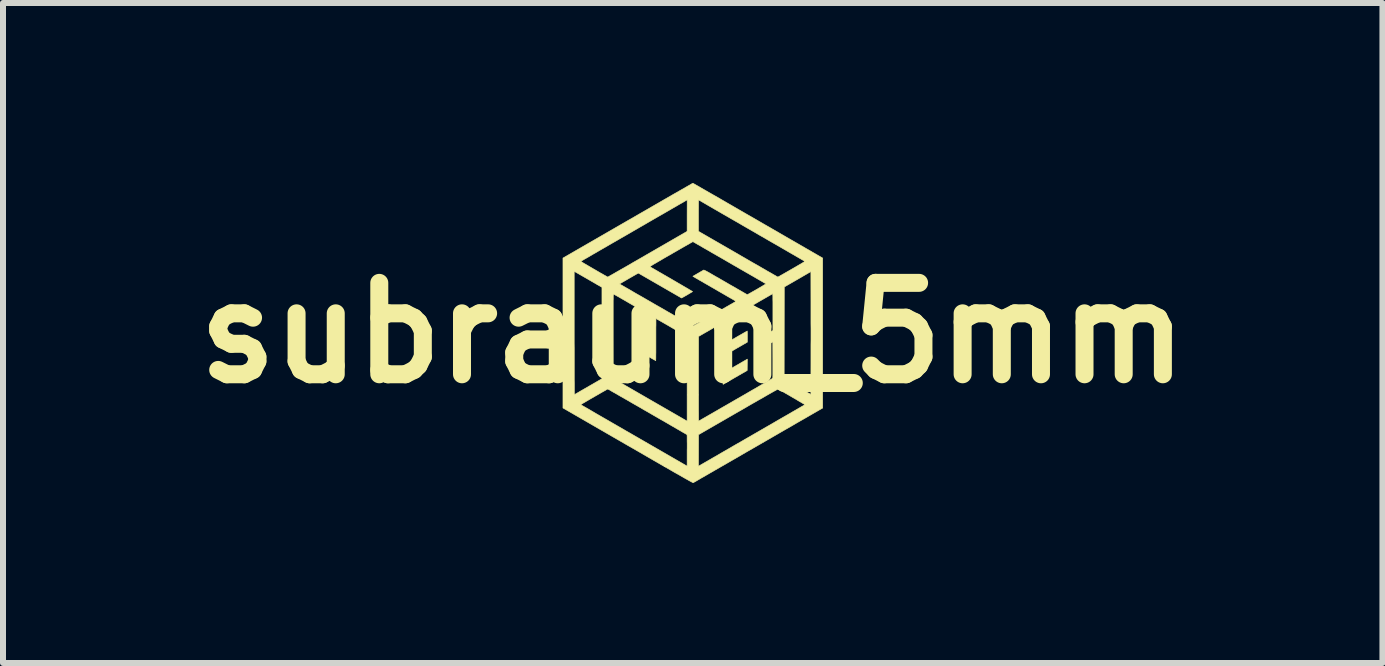
<source format=kicad_pcb>
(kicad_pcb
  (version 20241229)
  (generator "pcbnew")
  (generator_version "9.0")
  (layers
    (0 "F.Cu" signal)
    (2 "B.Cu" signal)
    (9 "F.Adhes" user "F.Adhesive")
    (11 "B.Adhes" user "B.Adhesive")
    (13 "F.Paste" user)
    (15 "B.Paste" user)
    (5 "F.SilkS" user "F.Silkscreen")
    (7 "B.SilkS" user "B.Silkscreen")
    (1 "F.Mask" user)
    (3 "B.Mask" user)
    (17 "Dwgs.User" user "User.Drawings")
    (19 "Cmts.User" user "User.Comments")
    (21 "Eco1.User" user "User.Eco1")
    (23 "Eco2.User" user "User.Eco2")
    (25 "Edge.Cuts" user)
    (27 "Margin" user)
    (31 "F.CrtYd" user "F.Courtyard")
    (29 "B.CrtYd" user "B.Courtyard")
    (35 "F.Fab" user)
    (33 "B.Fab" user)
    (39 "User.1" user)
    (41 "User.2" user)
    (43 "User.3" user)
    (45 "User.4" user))
  (footprint "subraum_5mm"
    (layer "F.Cu")
    (at 8.498 2.5)
    (property "Reference" "subraum_5mm" (at 0 0 0) (layer "F.SilkS") (effects (font (size 1.524 1.524) (thickness 0.3))))
    (attr through_hole)
    (fp_poly (pts (xy 0.909 -0.028) (xy 0.909 -0.019) (xy 0.91 -0.004) (xy 0.91 0.015) (xy 0.91 0.037) (xy 0.91 0.061) (xy 0.91 0.154) (xy 0.715 0.266) (xy 0.681 0.286) (xy 0.649 0.305) (xy 0.618 0.322) (xy 0.591 0.338) (xy 0.566 0.352) (xy 0.546 0.364) (xy 0.53 0.374) (xy 0.519 0.38) (xy 0.513 0.384) (xy 0.512 0.384) (xy 0.504 0.389) (xy 0.506 0.2) (xy 0.707 0.084) (xy 0.741 0.064) (xy 0.774 0.045) (xy 0.804 0.028) (xy 0.832 0.012) (xy 0.856 -0.002) (xy 0.876 -0.013) (xy 0.892 -0.022) (xy 0.903 -0.028) (xy 0.908 -0.031) (xy 0.909 -0.032) (xy 0.909 -0.028)) (stroke (width 0.01) (type solid)) (fill yes) (layer "F.SilkS"))
    (fp_poly (pts (xy 0.909 0.531) (xy 0.908 0.626) (xy 0.708 0.741) (xy 0.674 0.761) (xy 0.641 0.78) (xy 0.611 0.798) (xy 0.583 0.813) (xy 0.559 0.827) (xy 0.539 0.839) (xy 0.523 0.848) (xy 0.512 0.854) (xy 0.507 0.857) (xy 0.506 0.857) (xy 0.506 0.854) (xy 0.505 0.844) (xy 0.505 0.83) (xy 0.505 0.811) (xy 0.505 0.788) (xy 0.504 0.764) (xy 0.504 0.672) (xy 0.699 0.559) (xy 0.734 0.539) (xy 0.766 0.521) (xy 0.796 0.503) (xy 0.824 0.487) (xy 0.848 0.473) (xy 0.869 0.461) (xy 0.885 0.452) (xy 0.896 0.445) (xy 0.902 0.442) (xy 0.902 0.442) (xy 0.91 0.437) (xy 0.909 0.531)) (stroke (width 0.01) (type solid)) (fill yes) (layer "F.SilkS"))
    (fp_poly (pts (xy 0.006 -2.494) (xy 0.015 -2.488) (xy 0.03 -2.48) (xy 0.049 -2.469) (xy 0.074 -2.455) (xy 0.104 -2.438) (xy 0.138 -2.418) (xy 0.176 -2.396) (xy 0.218 -2.372) (xy 0.263 -2.346) (xy 0.312 -2.318) (xy 0.363 -2.289) (xy 0.418 -2.258) (xy 0.474 -2.225) (xy 0.533 -2.191) (xy 0.593 -2.156) (xy 0.628 -2.136) (xy 0.737 -2.073) (xy 0.839 -2.014) (xy 0.936 -1.958) (xy 1.027 -1.906) (xy 1.113 -1.856) (xy 1.194 -1.809) (xy 1.271 -1.765) (xy 1.342 -1.724) (xy 1.41 -1.685) (xy 1.473 -1.648) (xy 1.532 -1.614) (xy 1.587 -1.582) (xy 1.639 -1.552) (xy 1.688 -1.524) (xy 1.733 -1.498) (xy 1.776 -1.473) (xy 1.816 -1.45) (xy 1.853 -1.429) (xy 1.888 -1.408) (xy 1.922 -1.389) (xy 1.953 -1.371) (xy 1.983 -1.354) (xy 1.989 -1.35) (xy 2.166 -1.248) (xy 2.166 1.252) (xy 1.989 1.354) (xy 1.956 1.373) (xy 1.918 1.395) (xy 1.877 1.419) (xy 1.831 1.445) (xy 1.784 1.472) (xy 1.735 1.5) (xy 1.686 1.529) (xy 1.638 1.557) (xy 1.591 1.584) (xy 1.552 1.606) (xy 1.431 1.676) (xy 1.317 1.742) (xy 1.208 1.805) (xy 1.104 1.865) (xy 1.007 1.921) (xy 0.914 1.974) (xy 0.828 2.024) (xy 0.746 2.072) (xy 0.669 2.116) (xy 0.598 2.157) (xy 0.531 2.196) (xy 0.469 2.231) (xy 0.411 2.265) (xy 0.358 2.295) (xy 0.31 2.323) (xy 0.265 2.349) (xy 0.225 2.372) (xy 0.188 2.394) (xy 0.155 2.412) (xy 0.126 2.429) (xy 0.101 2.444) (xy 0.078 2.457) (xy 0.06 2.468) (xy 0.044 2.477) (xy 0.031 2.484) (xy 0.022 2.489) (xy 0.015 2.493) (xy 0.01 2.496) (xy 0.009 2.497) (xy 0.007 2.497) (xy 0.005 2.496) (xy 0.001 2.495) (xy -0.004 2.492) (xy -0.012 2.488) (xy -0.021 2.483) (xy -0.032 2.477) (xy -0.046 2.47) (xy -0.062 2.461) (xy -0.081 2.45) (xy -0.103 2.438) (xy -0.128 2.424) (xy -0.156 2.408) (xy -0.187 2.39) (xy -0.222 2.37) (xy -0.261 2.348) (xy -0.304 2.324) (xy -0.351 2.297) (xy -0.402 2.267) (xy -0.458 2.235) (xy -0.479 2.223) (xy 0.095 2.223) (xy 0.107 2.216) (xy 0.111 2.214) (xy 0.121 2.208) (xy 0.136 2.199) (xy 0.157 2.187) (xy 0.183 2.172) (xy 0.214 2.154) (xy 0.249 2.134) (xy 0.289 2.111) (xy 0.333 2.085) (xy 0.381 2.058) (xy 0.432 2.028) (xy 0.487 1.996) (xy 0.546 1.962) (xy 0.607 1.927) (xy 0.67 1.89) (xy 0.736 1.852) (xy 0.805 1.813) (xy 0.875 1.772) (xy 0.947 1.731) (xy 0.993 1.704) (xy 1.066 1.662) (xy 1.137 1.621) (xy 1.206 1.581) (xy 1.274 1.542) (xy 1.338 1.505) (xy 1.401 1.468) (xy 1.46 1.434) (xy 1.517 1.401) (xy 1.57 1.371) (xy 1.62 1.342) (xy 1.666 1.315) (xy 1.708 1.291) (xy 1.746 1.269) (xy 1.779 1.25) (xy 1.807 1.233) (xy 1.831 1.22) (xy 1.849 1.209) (xy 1.862 1.202) (xy 1.869 1.197) (xy 1.87 1.197) (xy 1.868 1.195) (xy 1.86 1.189) (xy 1.846 1.181) (xy 1.829 1.171) (xy 1.808 1.158) (xy 1.783 1.144) (xy 1.756 1.128) (xy 1.727 1.11) (xy 1.696 1.092) (xy 1.664 1.074) (xy 1.632 1.055) (xy 1.601 1.037) (xy 1.57 1.019) (xy 1.54 1.002) (xy 1.513 0.986) (xy 1.488 0.972) (xy 1.466 0.96) (xy 1.448 0.95) (xy 1.434 0.942) (xy 1.425 0.937) (xy 1.422 0.936) (xy 1.419 0.938) (xy 1.409 0.943) (xy 1.394 0.951) (xy 1.374 0.962) (xy 1.348 0.976) (xy 1.318 0.993) (xy 1.283 1.013) (xy 1.244 1.035) (xy 1.201 1.06) (xy 1.155 1.087) (xy 1.104 1.115) (xy 1.051 1.146) (xy 0.994 1.178) (xy 0.935 1.212) (xy 0.874 1.248) (xy 0.81 1.285) (xy 0.757 1.315) (xy 0.097 1.696) (xy 0.096 1.96) (xy 0.095 2.223) (xy -0.479 2.223) (xy -0.518 2.201) (xy -0.583 2.163) (xy -0.653 2.123) (xy -0.729 2.079) (xy -0.81 2.032) (xy -0.896 1.982) (xy -0.988 1.929) (xy -1.081 1.876) (xy -2.163 1.251) (xy -2.163 1.196) (xy -1.867 1.196) (xy -1.864 1.198) (xy -1.855 1.203) (xy -1.841 1.212) (xy -1.821 1.223) (xy -1.795 1.238) (xy -1.765 1.255) (xy -1.73 1.275) (xy -1.691 1.298) (xy -1.648 1.323) (xy -1.601 1.351) (xy -1.55 1.38) (xy -1.495 1.412) (xy -1.437 1.445) (xy -1.377 1.48) (xy -1.313 1.517) (xy -1.247 1.555) (xy -1.179 1.594) (xy -1.109 1.635) (xy -1.037 1.676) (xy -0.98 1.709) (xy -0.093 2.221) (xy -0.093 1.96) (xy -0.092 1.918) (xy -0.092 1.877) (xy -0.092 1.84) (xy -0.093 1.805) (xy -0.093 1.775) (xy -0.093 1.748) (xy -0.093 1.727) (xy -0.094 1.71) (xy -0.094 1.7) (xy -0.094 1.696) (xy -0.098 1.694) (xy -0.107 1.689) (xy -0.122 1.68) (xy -0.141 1.669) (xy -0.166 1.655) (xy -0.195 1.638) (xy -0.227 1.619) (xy -0.264 1.598) (xy -0.304 1.574) (xy -0.347 1.55) (xy -0.393 1.523) (xy -0.441 1.495) (xy -0.491 1.466) (xy -0.543 1.437) (xy -0.596 1.406) (xy -0.65 1.375) (xy -0.705 1.343) (xy -0.76 1.311) (xy -0.815 1.28) (xy -0.869 1.248) (xy -0.923 1.217) (xy -0.976 1.187) (xy -1.028 1.157) (xy -1.077 1.128) (xy -1.125 1.101) (xy -1.17 1.075) (xy -1.213 1.051) (xy -1.252 1.028) (xy -1.288 1.007) (xy -1.321 0.989) (xy -1.349 0.973) (xy -1.372 0.959) (xy -1.391 0.948) (xy -1.405 0.941) (xy -1.413 0.936) (xy -1.416 0.935) (xy -1.419 0.937) (xy -1.429 0.941) (xy -1.443 0.949) (xy -1.461 0.96) (xy -1.483 0.972) (xy -1.508 0.986) (xy -1.536 1.002) (xy -1.565 1.019) (xy -1.596 1.037) (xy -1.628 1.055) (xy -1.66 1.074) (xy -1.692 1.092) (xy -1.723 1.11) (xy -1.752 1.127) (xy -1.78 1.143) (xy -1.804 1.158) (xy -1.826 1.17) (xy -1.843 1.181) (xy -1.857 1.189) (xy -1.865 1.194) (xy -1.867 1.196) (xy -2.163 1.196) (xy -2.163 0.002) (xy -1.976 0.002) (xy -1.976 0.087) (xy -1.976 0.169) (xy -1.975 0.25) (xy -1.975 0.328) (xy -1.975 0.404) (xy -1.975 0.477) (xy -1.975 0.546) (xy -1.975 0.612) (xy -1.975 0.674) (xy -1.975 0.732) (xy -1.975 0.786) (xy -1.974 0.835) (xy -1.974 0.879) (xy -1.974 0.919) (xy -1.974 0.952) (xy -1.974 0.98) (xy -1.974 1.002) (xy -1.973 1.018) (xy -1.973 1.027) (xy -1.973 1.029) (xy -1.969 1.027) (xy -1.96 1.022) (xy -1.946 1.014) (xy -1.927 1.003) (xy -1.904 0.99) (xy -1.878 0.974) (xy -1.848 0.957) (xy -1.815 0.938) (xy -1.78 0.918) (xy -1.743 0.897) (xy -1.742 0.896) (xy -1.513 0.764) (xy -1.513 -0.359) (xy -1.326 -0.359) (xy -1.326 -0.309) (xy -1.326 -0.253) (xy -1.326 -0.191) (xy -1.326 -0.122) (xy -1.326 -0.048) (xy -1.326 0.033) (xy -1.326 0.055) (xy -1.325 0.76) (xy -0.709 1.116) (xy -0.093 1.471) (xy -0.093 0.97) (xy 0.096 0.97) (xy 0.096 1.033) (xy 0.096 1.094) (xy 0.096 1.151) (xy 0.096 1.205) (xy 0.096 1.254) (xy 0.096 1.3) (xy 0.097 1.34) (xy 0.097 1.376) (xy 0.097 1.407) (xy 0.097 1.432) (xy 0.098 1.451) (xy 0.098 1.464) (xy 0.098 1.47) (xy 0.098 1.47) (xy 0.102 1.469) (xy 0.111 1.463) (xy 0.125 1.455) (xy 0.145 1.444) (xy 0.17 1.429) (xy 0.2 1.412) (xy 0.233 1.393) (xy 0.271 1.371) (xy 0.313 1.347) (xy 0.358 1.321) (xy 0.407 1.293) (xy 0.458 1.263) (xy 0.512 1.232) (xy 0.568 1.2) (xy 0.627 1.166) (xy 0.687 1.131) (xy 0.715 1.115) (xy 0.776 1.08) (xy 0.835 1.046) (xy 0.892 1.013) (xy 0.947 0.981) (xy 1 0.95) (xy 1.05 0.922) (xy 1.097 0.894) (xy 1.14 0.869) (xy 1.18 0.846) (xy 1.216 0.825) (xy 1.247 0.807) (xy 1.274 0.791) (xy 1.297 0.778) (xy 1.314 0.768) (xy 1.314 0.768) (xy 1.524 0.768) (xy 1.747 0.897) (xy 1.97 1.026) (xy 1.971 0.515) (xy 1.971 0.444) (xy 1.971 0.366) (xy 1.971 0.284) (xy 1.971 0.198) (xy 1.972 0.11) (xy 1.972 0.02) (xy 1.972 -0.07) (xy 1.971 -0.159) (xy 1.971 -0.246) (xy 1.971 -0.33) (xy 1.971 -0.409) (xy 1.971 -0.484) (xy 1.971 -0.509) (xy 1.97 -1.023) (xy 1.748 -0.894) (xy 1.526 -0.766) (xy 1.524 0.768) (xy 1.314 0.768) (xy 1.326 0.761) (xy 1.332 0.757) (xy 1.333 0.757) (xy 1.333 0.755) (xy 1.334 0.75) (xy 1.335 0.742) (xy 1.335 0.73) (xy 1.336 0.714) (xy 1.336 0.694) (xy 1.336 0.67) (xy 1.336 0.64) (xy 1.336 0.604) (xy 1.336 0.563) (xy 1.336 0.516) (xy 1.336 0.462) (xy 1.336 0.451) (xy 1.335 0.148) (xy 1.3 0.169) (xy 1.283 0.178) (xy 1.267 0.188) (xy 1.252 0.196) (xy 1.244 0.201) (xy 1.224 0.212) (xy 1.224 0.025) (xy 1.281 -0.007) (xy 1.337 -0.04) (xy 1.337 -0.348) (xy 1.337 -0.394) (xy 1.337 -0.438) (xy 1.337 -0.479) (xy 1.337 -0.517) (xy 1.336 -0.552) (xy 1.336 -0.582) (xy 1.336 -0.608) (xy 1.335 -0.629) (xy 1.335 -0.644) (xy 1.335 -0.653) (xy 1.334 -0.655) (xy 1.331 -0.653) (xy 1.322 -0.648) (xy 1.307 -0.639) (xy 1.288 -0.628) (xy 1.263 -0.614) (xy 1.234 -0.597) (xy 1.201 -0.578) (xy 1.163 -0.556) (xy 1.122 -0.533) (xy 1.078 -0.507) (xy 1.031 -0.48) (xy 0.981 -0.451) (xy 0.929 -0.421) (xy 0.875 -0.39) (xy 0.819 -0.358) (xy 0.804 -0.349) (xy 0.746 -0.316) (xy 0.689 -0.283) (xy 0.633 -0.25) (xy 0.579 -0.219) (xy 0.526 -0.188) (xy 0.475 -0.159) (xy 0.428 -0.132) (xy 0.383 -0.106) (xy 0.341 -0.082) (xy 0.304 -0.06) (xy 0.271 -0.041) (xy 0.242 -0.024) (xy 0.218 -0.011) (xy 0.199 0.000088) (xy 0.187 0.007) (xy 0.097 0.059) (xy 0.096 0.765) (xy 0.096 0.836) (xy 0.096 0.904) (xy 0.096 0.97) (xy -0.093 0.97) (xy -0.093 0.767) (xy -0.093 0.697) (xy -0.092 0.628) (xy -0.092 0.563) (xy -0.092 0.499) (xy -0.092 0.439) (xy -0.093 0.382) (xy -0.093 0.328) (xy -0.093 0.278) (xy -0.093 0.232) (xy -0.093 0.191) (xy -0.093 0.155) (xy -0.093 0.125) (xy -0.094 0.099) (xy -0.094 0.08) (xy -0.094 0.067) (xy -0.094 0.06) (xy -0.094 0.059) (xy -0.098 0.057) (xy -0.107 0.052) (xy -0.121 0.044) (xy -0.139 0.033) (xy -0.161 0.02) (xy -0.187 0.005) (xy -0.215 -0.011) (xy -0.246 -0.029) (xy -0.279 -0.048) (xy -0.312 -0.067) (xy -0.347 -0.087) (xy -0.381 -0.107) (xy -0.415 -0.127) (xy -0.448 -0.146) (xy -0.48 -0.164) (xy -0.509 -0.181) (xy -0.536 -0.196) (xy -0.56 -0.21) (xy -0.58 -0.221) (xy -0.595 -0.23) (xy -0.606 -0.237) (xy -0.612 -0.24) (xy -0.613 -0.24) (xy -0.613 -0.236) (xy -0.613 -0.226) (xy -0.613 -0.21) (xy -0.613 -0.188) (xy -0.613 -0.162) (xy -0.613 -0.13) (xy -0.614 -0.094) (xy -0.614 -0.055) (xy -0.614 -0.012) (xy -0.614 0.034) (xy -0.614 0.082) (xy -0.614 0.111) (xy -0.614 0.16) (xy -0.614 0.207) (xy -0.614 0.252) (xy -0.614 0.293) (xy -0.614 0.331) (xy -0.615 0.366) (xy -0.615 0.395) (xy -0.615 0.42) (xy -0.616 0.44) (xy -0.616 0.453) (xy -0.616 0.461) (xy -0.616 0.462) (xy -0.62 0.46) (xy -0.629 0.455) (xy -0.642 0.448) (xy -0.66 0.438) (xy -0.68 0.427) (xy -0.702 0.414) (xy -0.709 0.41) (xy -0.799 0.358) (xy -0.803 -0.35) (xy -1.058 -0.498) (xy -1.097 -0.521) (xy -1.135 -0.543) (xy -1.17 -0.563) (xy -1.203 -0.582) (xy -1.232 -0.599) (xy -1.259 -0.614) (xy -1.281 -0.626) (xy -1.298 -0.636) (xy -1.311 -0.643) (xy -1.319 -0.647) (xy -1.32 -0.648) (xy -1.321 -0.648) (xy -1.322 -0.647) (xy -1.322 -0.646) (xy -1.323 -0.643) (xy -1.323 -0.638) (xy -1.324 -0.632) (xy -1.324 -0.623) (xy -1.325 -0.613) (xy -1.325 -0.599) (xy -1.325 -0.583) (xy -1.325 -0.563) (xy -1.326 -0.539) (xy -1.326 -0.512) (xy -1.326 -0.481) (xy -1.326 -0.445) (xy -1.326 -0.405) (xy -1.326 -0.359) (xy -1.513 -0.359) (xy -1.513 -0.761) (xy -1.609 -0.816) (xy -1.22 -0.816) (xy -1.216 -0.814) (xy -1.207 -0.809) (xy -1.193 -0.8) (xy -1.173 -0.789) (xy -1.149 -0.775) (xy -1.12 -0.758) (xy -1.088 -0.74) (xy -1.051 -0.719) (xy -1.012 -0.696) (xy -0.97 -0.671) (xy -0.925 -0.645) (xy -0.877 -0.618) (xy -0.828 -0.59) (xy -0.778 -0.561) (xy -0.726 -0.531) (xy -0.674 -0.501) (xy -0.621 -0.47) (xy -0.568 -0.44) (xy -0.515 -0.41) (xy -0.463 -0.38) (xy -0.412 -0.35) (xy -0.362 -0.322) (xy -0.314 -0.294) (xy -0.268 -0.268) (xy -0.225 -0.243) (xy -0.184 -0.219) (xy -0.146 -0.197) (xy -0.112 -0.178) (xy -0.081 -0.16) (xy -0.055 -0.145) (xy -0.033 -0.133) (xy -0.016 -0.123) (xy -0.005 -0.117) (xy 0.001 -0.113) (xy 0.002 -0.113) (xy 0.006 -0.115) (xy 0.015 -0.12) (xy 0.029 -0.127) (xy 0.048 -0.138) (xy 0.071 -0.151) (xy 0.097 -0.165) (xy 0.125 -0.182) (xy 0.156 -0.2) (xy 0.184 -0.216) (xy 0.224 -0.239) (xy 0.269 -0.265) (xy 0.316 -0.292) (xy 0.365 -0.32) (xy 0.413 -0.348) (xy 0.46 -0.375) (xy 0.503 -0.4) (xy 0.536 -0.419) (xy 0.568 -0.438) (xy 0.599 -0.455) (xy 0.627 -0.472) (xy 0.653 -0.486) (xy 0.675 -0.499) (xy 0.693 -0.51) (xy 0.706 -0.517) (xy 0.714 -0.522) (xy 0.717 -0.524) (xy 0.718 -0.526) (xy 0.717 -0.528) (xy 0.712 -0.532) (xy 0.704 -0.538) (xy 0.691 -0.546) (xy 0.674 -0.556) (xy 0.655 -0.567) (xy 0.642 -0.575) (xy 0.623 -0.585) (xy 0.599 -0.599) (xy 0.571 -0.615) (xy 0.539 -0.634) (xy 0.504 -0.654) (xy 0.466 -0.676) (xy 0.426 -0.699) (xy 0.385 -0.723) (xy 0.342 -0.748) (xy 0.305 -0.769) (xy 0.264 -0.793) (xy 0.224 -0.816) (xy 0.187 -0.837) (xy 0.152 -0.858) (xy 0.119 -0.876) (xy 0.091 -0.893) (xy 0.066 -0.907) (xy 0.045 -0.919) (xy 0.029 -0.929) (xy 0.018 -0.935) (xy 0.013 -0.938) (xy 0.013 -0.938) (xy 0.003 -0.944) (xy 0.087 -0.993) (xy 0.11 -1.006) (xy 0.13 -1.018) (xy 0.149 -1.029) (xy 0.164 -1.037) (xy 0.175 -1.044) (xy 0.18 -1.047) (xy 0.18 -1.047) (xy 0.182 -1.048) (xy 0.184 -1.048) (xy 0.186 -1.048) (xy 0.189 -1.047) (xy 0.194 -1.045) (xy 0.201 -1.042) (xy 0.209 -1.038) (xy 0.219 -1.033) (xy 0.233 -1.026) (xy 0.249 -1.017) (xy 0.269 -1.006) (xy 0.292 -0.993) (xy 0.319 -0.977) (xy 0.35 -0.959) (xy 0.386 -0.938) (xy 0.428 -0.915) (xy 0.474 -0.888) (xy 0.526 -0.858) (xy 0.547 -0.846) (xy 0.593 -0.819) (xy 0.638 -0.793) (xy 0.681 -0.769) (xy 0.721 -0.746) (xy 0.758 -0.724) (xy 0.792 -0.705) (xy 0.823 -0.687) (xy 0.849 -0.672) (xy 0.871 -0.659) (xy 0.889 -0.649) (xy 0.901 -0.642) (xy 0.908 -0.639) (xy 0.909 -0.638) (xy 0.913 -0.639) (xy 0.922 -0.644) (xy 0.935 -0.651) (xy 0.953 -0.661) (xy 0.974 -0.673) (xy 0.997 -0.686) (xy 1.022 -0.7) (xy 1.048 -0.715) (xy 1.075 -0.73) (xy 1.101 -0.746) (xy 1.127 -0.761) (xy 1.151 -0.775) (xy 1.172 -0.788) (xy 1.191 -0.799) (xy 1.205 -0.808) (xy 1.216 -0.814) (xy 1.221 -0.818) (xy 1.221 -0.819) (xy 1.218 -0.821) (xy 1.209 -0.826) (xy 1.195 -0.834) (xy 1.175 -0.846) (xy 1.151 -0.86) (xy 1.123 -0.876) (xy 1.09 -0.895) (xy 1.054 -0.916) (xy 1.015 -0.939) (xy 0.972 -0.963) (xy 0.928 -0.989) (xy 0.88 -1.016) (xy 0.832 -1.044) (xy 0.781 -1.073) (xy 0.73 -1.103) (xy 0.677 -1.133) (xy 0.624 -1.164) (xy 0.572 -1.194) (xy 0.519 -1.225) (xy 0.467 -1.255) (xy 0.416 -1.284) (xy 0.366 -1.313) (xy 0.318 -1.34) (xy 0.273 -1.367) (xy 0.229 -1.392) (xy 0.188 -1.415) (xy 0.151 -1.437) (xy 0.117 -1.457) (xy 0.086 -1.474) (xy 0.06 -1.489) (xy 0.038 -1.502) (xy 0.022 -1.511) (xy 0.01 -1.518) (xy 0.004 -1.521) (xy 0.003 -1.522) (xy 0.000156 -1.52) (xy -0.009 -1.515) (xy -0.023 -1.507) (xy -0.043 -1.496) (xy -0.066 -1.482) (xy -0.095 -1.466) (xy -0.127 -1.448) (xy -0.162 -1.428) (xy -0.2 -1.406) (xy -0.242 -1.382) (xy -0.285 -1.357) (xy -0.331 -1.331) (xy -0.359 -1.314) (xy -0.414 -1.283) (xy -0.463 -1.255) (xy -0.506 -1.23) (xy -0.544 -1.207) (xy -0.578 -1.188) (xy -0.606 -1.171) (xy -0.631 -1.157) (xy -0.652 -1.145) (xy -0.669 -1.134) (xy -0.682 -1.126) (xy -0.693 -1.119) (xy -0.701 -1.114) (xy -0.707 -1.11) (xy -0.71 -1.107) (xy -0.712 -1.105) (xy -0.713 -1.103) (xy -0.712 -1.102) (xy -0.712 -1.102) (xy -0.703 -1.097) (xy -0.689 -1.089) (xy -0.67 -1.078) (xy -0.647 -1.065) (xy -0.621 -1.05) (xy -0.591 -1.033) (xy -0.558 -1.013) (xy -0.522 -0.993) (xy -0.485 -0.971) (xy -0.446 -0.949) (xy -0.407 -0.926) (xy -0.366 -0.903) (xy -0.326 -0.879) (xy -0.286 -0.856) (xy -0.247 -0.833) (xy -0.209 -0.811) (xy -0.173 -0.79) (xy -0.139 -0.77) (xy -0.108 -0.752) (xy -0.08 -0.736) (xy -0.056 -0.721) (xy -0.035 -0.709) (xy -0.02 -0.7) (xy -0.009 -0.693) (xy -0.003 -0.69) (xy -0.003 -0.69) (xy -0.006 -0.687) (xy -0.014 -0.682) (xy -0.027 -0.674) (xy -0.044 -0.664) (xy -0.064 -0.652) (xy -0.086 -0.639) (xy -0.094 -0.634) (xy -0.186 -0.582) (xy -0.907 -0.998) (xy -1.064 -0.908) (xy -1.094 -0.89) (xy -1.122 -0.874) (xy -1.148 -0.859) (xy -1.171 -0.846) (xy -1.19 -0.834) (xy -1.205 -0.826) (xy -1.215 -0.82) (xy -1.219 -0.817) (xy -1.22 -0.816) (xy -1.609 -0.816) (xy -1.737 -0.89) (xy -1.773 -0.911) (xy -1.808 -0.931) (xy -1.841 -0.95) (xy -1.871 -0.967) (xy -1.898 -0.983) (xy -1.921 -0.996) (xy -1.94 -1.007) (xy -1.955 -1.015) (xy -1.964 -1.021) (xy -1.968 -1.023) (xy -1.976 -1.027) (xy -1.976 0.002) (xy -2.163 0.002) (xy -2.163 -1.193) (xy -1.867 -1.193) (xy -1.864 -1.191) (xy -1.856 -1.186) (xy -1.843 -1.178) (xy -1.825 -1.167) (xy -1.804 -1.154) (xy -1.779 -1.14) (xy -1.752 -1.124) (xy -1.723 -1.107) (xy -1.692 -1.089) (xy -1.66 -1.07) (xy -1.628 -1.052) (xy -1.596 -1.033) (xy -1.565 -1.015) (xy -1.536 -0.998) (xy -1.508 -0.983) (xy -1.483 -0.968) (xy -1.461 -0.956) (xy -1.443 -0.946) (xy -1.429 -0.938) (xy -1.42 -0.933) (xy -1.416 -0.931) (xy -1.413 -0.933) (xy -1.403 -0.938) (xy -1.389 -0.947) (xy -1.369 -0.958) (xy -1.344 -0.972) (xy -1.314 -0.989) (xy -1.28 -1.009) (xy -1.241 -1.031) (xy -1.199 -1.055) (xy -1.153 -1.081) (xy -1.104 -1.109) (xy -1.052 -1.139) (xy -0.998 -1.171) (xy -0.94 -1.204) (xy -0.881 -1.238) (xy -0.82 -1.273) (xy -0.757 -1.31) (xy -0.753 -1.312) (xy -0.093 -1.693) (xy -0.093 -1.956) (xy -0.093 -1.958) (xy 0.095 -1.958) (xy 0.095 -1.694) (xy 0.756 -1.313) (xy 0.819 -1.276) (xy 0.88 -1.241) (xy 0.94 -1.206) (xy 0.997 -1.173) (xy 1.052 -1.142) (xy 1.105 -1.112) (xy 1.154 -1.083) (xy 1.2 -1.057) (xy 1.242 -1.032) (xy 1.281 -1.01) (xy 1.315 -0.991) (xy 1.345 -0.973) (xy 1.371 -0.959) (xy 1.391 -0.947) (xy 1.406 -0.939) (xy 1.416 -0.933) (xy 1.419 -0.931) (xy 1.419 -0.931) (xy 1.423 -0.933) (xy 1.432 -0.938) (xy 1.447 -0.946) (xy 1.465 -0.957) (xy 1.489 -0.97) (xy 1.515 -0.985) (xy 1.545 -1.002) (xy 1.578 -1.021) (xy 1.613 -1.041) (xy 1.648 -1.061) (xy 1.684 -1.082) (xy 1.719 -1.102) (xy 1.751 -1.121) (xy 1.78 -1.138) (xy 1.806 -1.153) (xy 1.829 -1.167) (xy 1.847 -1.178) (xy 1.86 -1.186) (xy 1.868 -1.191) (xy 1.87 -1.193) (xy 1.867 -1.195) (xy 1.858 -1.2) (xy 1.843 -1.209) (xy 1.823 -1.221) (xy 1.798 -1.235) (xy 1.768 -1.253) (xy 1.733 -1.273) (xy 1.694 -1.296) (xy 1.65 -1.321) (xy 1.603 -1.348) (xy 1.552 -1.378) (xy 1.498 -1.409) (xy 1.44 -1.443) (xy 1.379 -1.478) (xy 1.316 -1.514) (xy 1.25 -1.552) (xy 1.182 -1.592) (xy 1.111 -1.632) (xy 1.04 -1.674) (xy 0.984 -1.706) (xy 0.911 -1.748) (xy 0.84 -1.789) (xy 0.77 -1.83) (xy 0.702 -1.869) (xy 0.637 -1.906) (xy 0.574 -1.943) (xy 0.514 -1.977) (xy 0.457 -2.01) (xy 0.404 -2.041) (xy 0.353 -2.07) (xy 0.307 -2.097) (xy 0.265 -2.121) (xy 0.226 -2.144) (xy 0.193 -2.163) (xy 0.164 -2.18) (xy 0.14 -2.194) (xy 0.121 -2.205) (xy 0.107 -2.212) (xy 0.1 -2.217) (xy 0.098 -2.218) (xy 0.097 -2.215) (xy 0.097 -2.205) (xy 0.097 -2.189) (xy 0.096 -2.168) (xy 0.096 -2.142) (xy 0.096 -2.112) (xy 0.096 -2.078) (xy 0.095 -2.04) (xy 0.095 -2) (xy 0.095 -1.958) (xy -0.093 -1.958) (xy -0.092 -2.22) (xy -0.103 -2.213) (xy -0.107 -2.21) (xy -0.117 -2.204) (xy -0.132 -2.196) (xy -0.153 -2.183) (xy -0.179 -2.168) (xy -0.21 -2.151) (xy -0.246 -2.13) (xy -0.285 -2.107) (xy -0.329 -2.082) (xy -0.377 -2.054) (xy -0.429 -2.024) (xy -0.484 -1.992) (xy -0.542 -1.959) (xy -0.603 -1.924) (xy -0.667 -1.887) (xy -0.733 -1.849) (xy -0.801 -1.809) (xy -0.871 -1.769) (xy -0.943 -1.727) (xy -0.99 -1.7) (xy -1.062 -1.658) (xy -1.133 -1.617) (xy -1.203 -1.577) (xy -1.27 -1.538) (xy -1.335 -1.501) (xy -1.397 -1.465) (xy -1.457 -1.43) (xy -1.513 -1.398) (xy -1.567 -1.367) (xy -1.616 -1.338) (xy -1.662 -1.312) (xy -1.704 -1.287) (xy -1.742 -1.265) (xy -1.775 -1.246) (xy -1.804 -1.23) (xy -1.827 -1.216) (xy -1.845 -1.205) (xy -1.858 -1.198) (xy -1.865 -1.194) (xy -1.867 -1.193) (xy -2.163 -1.193) (xy -2.163 -1.248) (xy -1.082 -1.872) (xy -1.001 -1.918) (xy -0.922 -1.964) (xy -0.844 -2.009) (xy -0.769 -2.052) (xy -0.695 -2.095) (xy -0.624 -2.136) (xy -0.556 -2.175) (xy -0.491 -2.213) (xy -0.428 -2.249) (xy -0.369 -2.283) (xy -0.314 -2.315) (xy -0.262 -2.344) (xy -0.214 -2.372) (xy -0.17 -2.397) (xy -0.131 -2.419) (xy -0.097 -2.439) (xy -0.067 -2.456) (xy -0.042 -2.47) (xy -0.023 -2.482) (xy -0.009 -2.489) (xy -0.000245 -2.494) (xy 0.002 -2.495) (xy 0.006 -2.494)) (stroke (width 0.01) (type solid)) (fill yes) (layer "F.SilkS")))
  (gr_rect
    (start -3 -3)
    (end 19.996 8.002)
    (stroke (width 0.1) (type default))
    (fill no)
    (layer "Edge.Cuts")))
</source>
